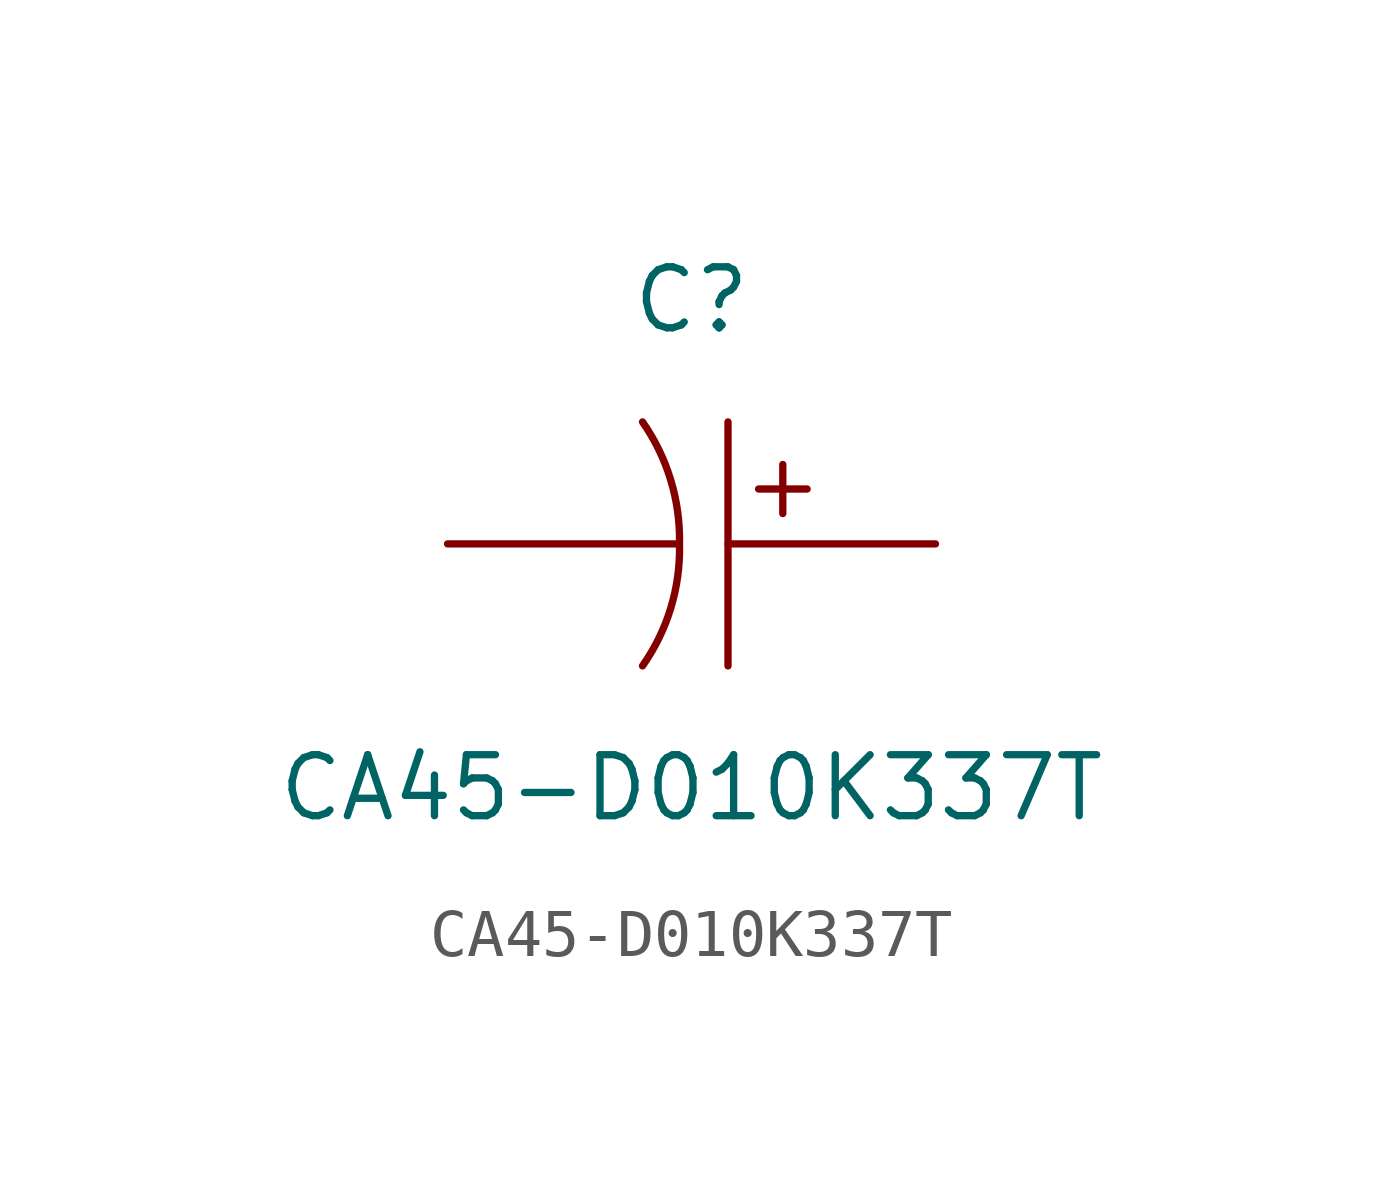
<source format=kicad_sym>
(kicad_symbol_lib
  (version 20220914)
  (generator kicad_symbol_editor)
  (symbol "CA45-D010K337T"
    (pin_numbers hide)
    (property "Reference" "C"
      (at 0 5.08 0)
      (effects (font (size 1.27 1.27))))
    (property "Value" "CA45-D010K337T"
      (at 0 -5.08 0)
      (effects (font (size 1.27 1.27))))
    (symbol "CA45-D010K337T_0_1"
      (arc (start -1.02 -2.54) (mid -0.4304 -1.332) (end -0.25 0) (stroke (width 0) (type default)) (fill (type none)))
      (arc (start -0.25 0) (mid -0.433 1.3312) (end -1.02 2.54) (stroke (width 0) (type default)) (fill (type none)))
      (polyline (pts (xy 0.76 2.54) (xy 0.76 -2.54)) (stroke (width 0) (type default)) (fill (type none)))
      (rectangle (start 1.397 1.143) (end 2.407 1.143) (stroke (width 0) (type default)) (fill (type background)))
      (rectangle (start 1.901 1.653) (end 1.901 0.633) (stroke (width 0) (type default)) (fill (type background))))
    (symbol "CA45-D010K337T_1_1"
      (pin passive line (at 5.08 0 180) (length 4.318) (name "~" (effects (font (size 1.27 1.27)))) (number "1" (effects (font (size 1.27 1.27)))))
      (pin passive line (at -5.08 0 0) (length 4.826) (name "~" (effects (font (size 1.27 1.27)))) (number "2" (effects (font (size 1.27 1.27))))))))
</source>
